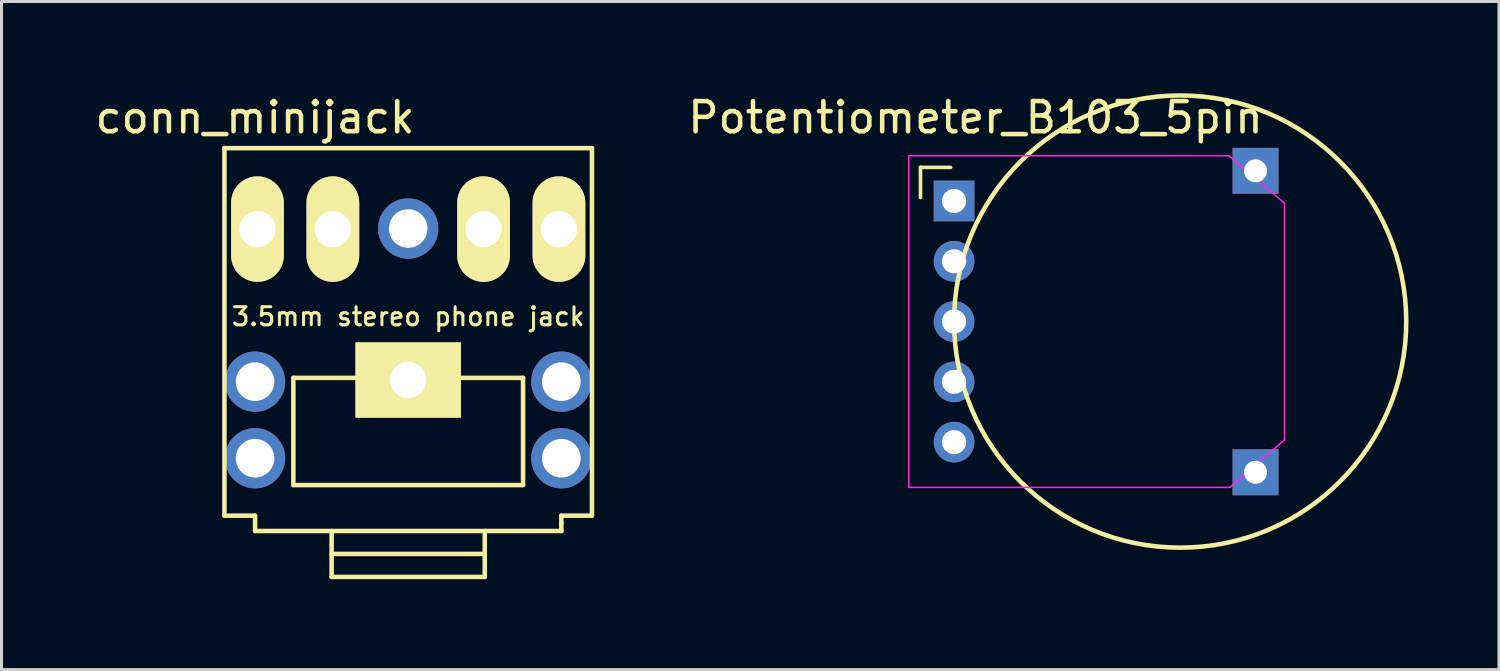
<source format=kicad_pcb>
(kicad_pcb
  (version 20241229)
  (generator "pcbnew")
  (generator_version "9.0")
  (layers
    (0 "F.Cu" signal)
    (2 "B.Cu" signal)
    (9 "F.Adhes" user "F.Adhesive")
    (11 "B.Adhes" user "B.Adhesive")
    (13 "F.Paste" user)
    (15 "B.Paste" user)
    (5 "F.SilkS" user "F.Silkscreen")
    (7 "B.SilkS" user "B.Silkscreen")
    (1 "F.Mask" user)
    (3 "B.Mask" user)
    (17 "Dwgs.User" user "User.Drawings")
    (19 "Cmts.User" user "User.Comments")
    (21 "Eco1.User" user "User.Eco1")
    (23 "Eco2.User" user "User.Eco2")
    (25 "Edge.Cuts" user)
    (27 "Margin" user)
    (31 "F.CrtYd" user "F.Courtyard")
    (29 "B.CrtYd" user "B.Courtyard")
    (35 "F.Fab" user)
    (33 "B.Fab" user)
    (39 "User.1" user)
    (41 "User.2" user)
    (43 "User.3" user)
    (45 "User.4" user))
  (footprint "conn_minijack"
    (layer "F.Cu")
    (at 10.491 4.658)
    (property "Reference" "conn_minijack" (at -5.08 -3.81 0) (layer "F.SilkS") (effects (font (size 1 1) (thickness 0.15))))
    (attr through_hole)
    (fp_line (start -6.096 -2.794) (end 6.096 -2.794) (stroke (width 0.15) (type solid)) (layer "F.SilkS"))
    (fp_line (start -6.096 9.398) (end -6.096 -2.794) (stroke (width 0.15) (type solid)) (layer "F.SilkS"))
    (fp_line (start -6.096 9.398) (end -5.08 9.398) (stroke (width 0.15) (type solid)) (layer "F.SilkS"))
    (fp_line (start -5.08 9.906) (end -5.08 9.398) (stroke (width 0.15) (type solid)) (layer "F.SilkS"))
    (fp_line (start -3.81 4.826) (end -1.778 4.826) (stroke (width 0.15) (type solid)) (layer "F.SilkS"))
    (fp_line (start -3.81 8.382) (end -3.81 4.826) (stroke (width 0.15) (type solid)) (layer "F.SilkS"))
    (fp_line (start -2.54 9.906) (end -2.54 11.43) (stroke (width 0.15) (type solid)) (layer "F.SilkS"))
    (fp_line (start 1.778 4.826) (end 3.81 4.826) (stroke (width 0.15) (type solid)) (layer "F.SilkS"))
    (fp_line (start 2.54 10.668) (end -2.54 10.668) (stroke (width 0.15) (type solid)) (layer "F.SilkS"))
    (fp_line (start 2.54 11.43) (end -2.54 11.43) (stroke (width 0.15) (type solid)) (layer "F.SilkS"))
    (fp_line (start 2.54 11.43) (end 2.54 9.906) (stroke (width 0.15) (type solid)) (layer "F.SilkS"))
    (fp_line (start 3.81 4.826) (end 3.81 8.382) (stroke (width 0.15) (type solid)) (layer "F.SilkS"))
    (fp_line (start 3.81 8.382) (end -3.81 8.382) (stroke (width 0.15) (type solid)) (layer "F.SilkS"))
    (fp_line (start 5.08 9.398) (end 5.08 9.652) (stroke (width 0.15) (type solid)) (layer "F.SilkS"))
    (fp_line (start 5.08 9.398) (end 6.096 9.398) (stroke (width 0.15) (type solid)) (layer "F.SilkS"))
    (fp_line (start 5.08 9.652) (end 5.08 9.906) (stroke (width 0.15) (type solid)) (layer "F.SilkS"))
    (fp_line (start 5.08 9.906) (end -5.08 9.906) (stroke (width 0.15) (type solid)) (layer "F.SilkS"))
    (fp_line (start 6.096 -2.794) (end 6.096 9.398) (stroke (width 0.15) (type solid)) (layer "F.SilkS"))
    (fp_text user "3.5mm stereo phone jack" (at 0 2.794 180) (layer "F.SilkS") (effects (font (size 0.6 0.6) (thickness 0.1))))
    (pad "1" thru_hole circle (at 0 -0.127) (size 2 2) (drill 1.28) (layers "*.Cu"))
    (pad "2" thru_hole circle (at 5.08 4.953) (size 2 2) (drill 1.28) (layers "*.Cu"))
    (pad "3" thru_hole circle (at 5.08 7.493) (size 2 2) (drill 1.28) (layers "*.Cu"))
    (pad "4" thru_hole circle (at -5.08 4.953) (size 2 2) (drill 1.28) (layers "*.Cu"))
    (pad "5" thru_hole circle (at -5.08 7.493) (size 2 2) (drill 1.28) (layers "*.Cu"))
    (pad "R" thru_hole oval (at -5 -0.108 180) (size 1.75 3.5) (drill 1.2) (layers "*.Cu" "*.Mask" "F.SilkS"))
    (pad "RN" thru_hole oval (at -2.5 -0.108 180) (size 1.75 3.5) (drill 1.2) (layers "*.Cu" "*.Mask" "F.SilkS"))
    (pad "S" thru_hole rect (at 0 4.898 180) (size 3.5 2.5) (drill 1.2) (layers "*.Cu" "*.Mask" "F.SilkS"))
    (pad "T" thru_hole oval (at 5 -0.108 180) (size 1.75 3.5) (drill 1.2) (layers "*.Cu" "*.Mask" "F.SilkS"))
    (pad "TN" thru_hole oval (at 2.5 -0.108 180) (size 1.75 3.5) (drill 1.2) (layers "*.Cu" "*.Mask" "F.SilkS")))
  (footprint "Potentiometer_B103_5pin"
    (layer "F.Cu")
    (at 28.599 3.617)
    (property "Reference" "Potentiometer_B103_5pin" (at 0.711 -2.769 0) (layer "F.SilkS") (effects (font (size 1 1) (thickness 0.15))))
    (attr through_hole)
    (fp_line (start -1.114 -1.114) (end -0.114 -1.114) (stroke (width 0.12) (type solid)) (layer "F.SilkS"))
    (fp_line (start -1.114 -0.114) (end -1.114 -1.114) (stroke (width 0.12) (type solid)) (layer "F.SilkS"))
    (fp_circle (center 7.5 4) (end 15 4) (stroke (width 0.15) (type solid)) (fill no) (layer "F.SilkS"))
    (fp_line (start -1.5 -1.5) (end -1.5 9.5) (stroke (width 0.05) (type solid)) (layer "F.CrtYd"))
    (fp_line (start -1.5 9.5) (end 9.144 9.5) (stroke (width 0.05) (type solid)) (layer "F.CrtYd"))
    (fp_line (start 9.119 -1.499) (end -1.5 -1.5) (stroke (width 0.05) (type solid)) (layer "F.CrtYd"))
    (fp_line (start 9.119 -1.499) (end 10.96 0.076) (stroke (width 0.05) (type solid)) (layer "F.CrtYd"))
    (fp_line (start 9.144 9.5) (end 10.96 7.925) (stroke (width 0.05) (type solid)) (layer "F.CrtYd"))
    (fp_line (start 10.96 7.925) (end 10.96 0.076) (stroke (width 0.05) (type solid)) (layer "F.CrtYd"))
    (fp_line (start -0.263 7.737) (end -0.263 8.237) (stroke (width 0.1) (type solid)) (layer "F.Fab"))
    (fp_line (start -0.25 1.75) (end -0.25 2.25) (stroke (width 0.1) (type solid)) (layer "F.Fab"))
    (fp_line (start -0.25 3.75) (end -0.25 4.25) (stroke (width 0.1) (type solid)) (layer "F.Fab"))
    (fp_line (start -0.25 5.75) (end -0.25 6.25) (stroke (width 0.1) (type solid)) (layer "F.Fab"))
    (pad "1" thru_hole oval (at 0 2) (size 1.35 1.35) (drill 0.8) (layers "*.Cu" "*.Mask"))
    (pad "2" thru_hole oval (at 0 8) (size 1.35 1.35) (drill 0.8) (layers "*.Cu" "*.Mask"))
    (pad "3" thru_hole rect (at 0 0) (size 1.35 1.35) (drill 0.8) (layers "*.Cu" "*.Mask"))
    (pad "4" thru_hole oval (at 0 4) (size 1.35 1.35) (drill 0.8) (layers "*.Cu" "*.Mask"))
    (pad "5" thru_hole oval (at 0 6) (size 1.35 1.35) (drill 0.8) (layers "*.Cu" "*.Mask"))
    (pad "M1" thru_hole rect (at 10 -1) (size 1.524 1.524) (drill 0.762) (layers "*.Cu" "*.Mask"))
    (pad "M2" thru_hole rect (at 10 9) (size 1.524 1.524) (drill 0.762) (layers "*.Cu" "*.Mask")))
  (gr_rect
    (start -3 -3)
    (end 46.674 19.163)
    (stroke (width 0.1) (type default))
    (fill no)
    (layer "Edge.Cuts")))
</source>
